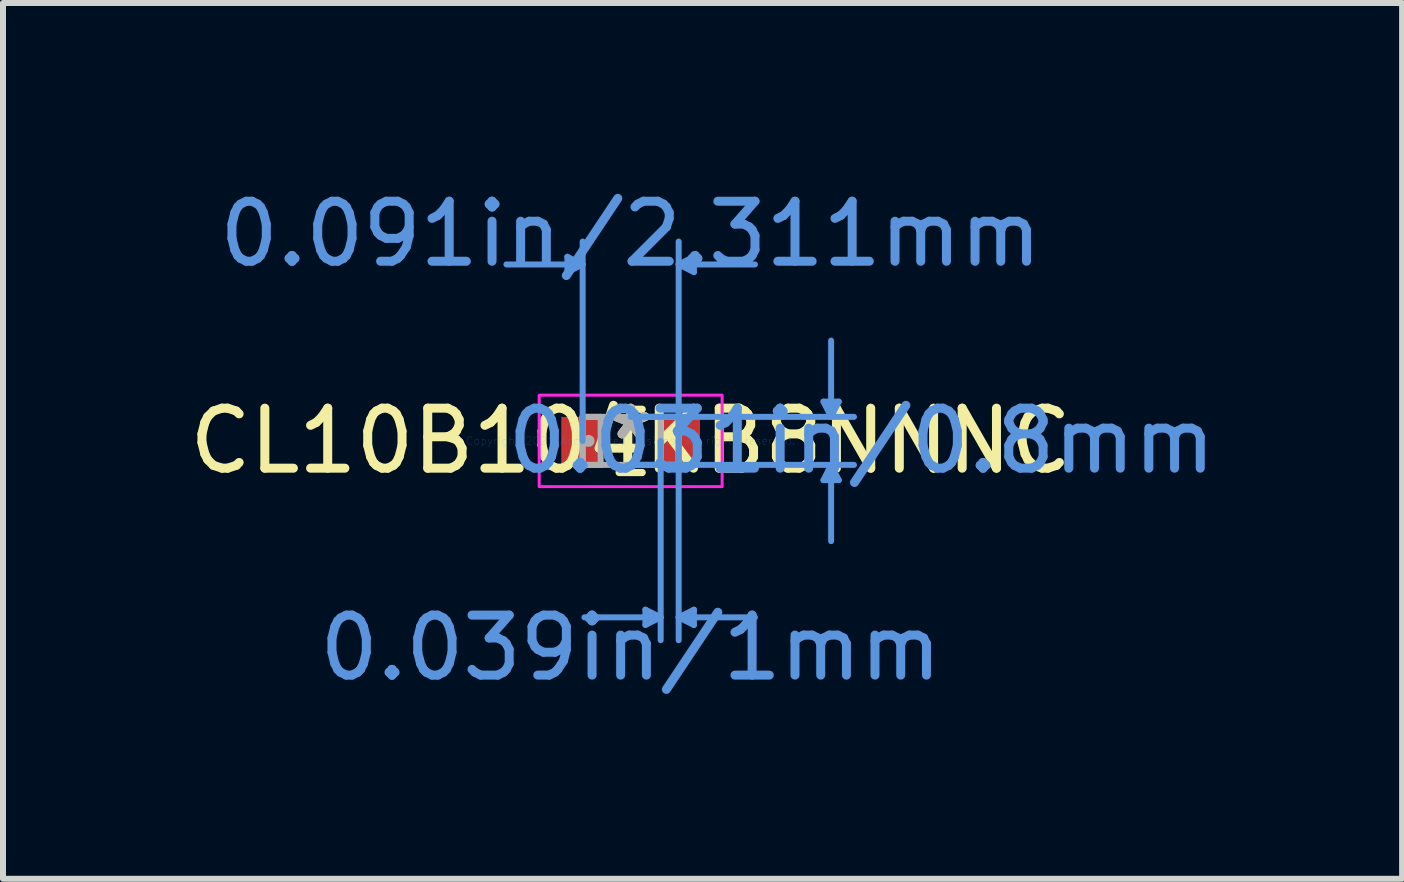
<source format=kicad_pcb>
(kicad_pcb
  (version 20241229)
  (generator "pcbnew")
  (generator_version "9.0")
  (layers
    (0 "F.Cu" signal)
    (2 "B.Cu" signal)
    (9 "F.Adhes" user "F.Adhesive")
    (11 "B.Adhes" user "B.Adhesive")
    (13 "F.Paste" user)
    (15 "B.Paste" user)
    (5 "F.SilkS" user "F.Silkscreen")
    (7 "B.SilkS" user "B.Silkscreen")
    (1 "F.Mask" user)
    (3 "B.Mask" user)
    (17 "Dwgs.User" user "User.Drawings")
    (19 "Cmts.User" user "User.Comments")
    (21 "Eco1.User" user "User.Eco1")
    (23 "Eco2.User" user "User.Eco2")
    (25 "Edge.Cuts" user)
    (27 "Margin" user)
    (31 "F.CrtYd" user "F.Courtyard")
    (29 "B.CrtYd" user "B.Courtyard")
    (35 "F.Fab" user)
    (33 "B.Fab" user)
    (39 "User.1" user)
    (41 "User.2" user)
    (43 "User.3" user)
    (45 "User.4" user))
  (footprint "CL10B104KB8NNNC"
    (layer "F.Cu")
    (at 7.458 4.296)
    (property "Reference" "CL10B104KB8NNNC" (at 0 0 0) (layer "F.SilkS") (effects (font (size 1 1) (thickness 0.15))))
    (attr through_hole)
    (fp_line (start -0.192 0.527) (end 0.192 0.527) (stroke (width 0.12) (type solid)) (layer "F.SilkS"))
    (fp_line (start 0.192 -0.527) (end -0.192 -0.527) (stroke (width 0.12) (type solid)) (layer "F.SilkS"))
    (fp_line (start -1.054 -3.067) (end -1.054 -2.813) (stroke (width 0.1) (type solid)) (layer "Cmts.User"))
    (fp_line (start -0.8 -2.94) (end -2.07 -2.94) (stroke (width 0.1) (type solid)) (layer "Cmts.User"))
    (fp_line (start -0.8 -2.94) (end -1.054 -3.067) (stroke (width 0.1) (type solid)) (layer "Cmts.User"))
    (fp_line (start -0.8 -2.94) (end -1.054 -2.813) (stroke (width 0.1) (type solid)) (layer "Cmts.User"))
    (fp_line (start -0.8 0) (end -0.8 -3.321) (stroke (width 0.1) (type solid)) (layer "Cmts.User"))
    (fp_line (start 0 -0.4) (end 3.721 -0.4) (stroke (width 0.1) (type solid)) (layer "Cmts.User"))
    (fp_line (start 0 0.4) (end 3.721 0.4) (stroke (width 0.1) (type solid)) (layer "Cmts.User"))
    (fp_line (start 0.246 2.813) (end 0.246 3.067) (stroke (width 0.1) (type solid)) (layer "Cmts.User"))
    (fp_line (start 0.5 0) (end 0.5 3.321) (stroke (width 0.1) (type solid)) (layer "Cmts.User"))
    (fp_line (start 0.5 2.94) (end -0.77 2.94) (stroke (width 0.1) (type solid)) (layer "Cmts.User"))
    (fp_line (start 0.5 2.94) (end 0.246 2.813) (stroke (width 0.1) (type solid)) (layer "Cmts.User"))
    (fp_line (start 0.5 2.94) (end 0.246 3.067) (stroke (width 0.1) (type solid)) (layer "Cmts.User"))
    (fp_line (start 0.8 -2.94) (end 1.054 -3.067) (stroke (width 0.1) (type solid)) (layer "Cmts.User"))
    (fp_line (start 0.8 -2.94) (end 1.054 -2.813) (stroke (width 0.1) (type solid)) (layer "Cmts.User"))
    (fp_line (start 0.8 -2.94) (end 2.07 -2.94) (stroke (width 0.1) (type solid)) (layer "Cmts.User"))
    (fp_line (start 0.8 0) (end 0.8 -3.321) (stroke (width 0.1) (type solid)) (layer "Cmts.User"))
    (fp_line (start 0.8 0) (end 0.8 3.321) (stroke (width 0.1) (type solid)) (layer "Cmts.User"))
    (fp_line (start 0.8 2.94) (end 1.054 2.813) (stroke (width 0.1) (type solid)) (layer "Cmts.User"))
    (fp_line (start 0.8 2.94) (end 1.054 3.067) (stroke (width 0.1) (type solid)) (layer "Cmts.User"))
    (fp_line (start 0.8 2.94) (end 2.07 2.94) (stroke (width 0.1) (type solid)) (layer "Cmts.User"))
    (fp_line (start 1.054 -3.067) (end 1.054 -2.813) (stroke (width 0.1) (type solid)) (layer "Cmts.User"))
    (fp_line (start 1.054 2.813) (end 1.054 3.067) (stroke (width 0.1) (type solid)) (layer "Cmts.User"))
    (fp_line (start 3.213 -0.654) (end 3.467 -0.654) (stroke (width 0.1) (type solid)) (layer "Cmts.User"))
    (fp_line (start 3.213 0.654) (end 3.467 0.654) (stroke (width 0.1) (type solid)) (layer "Cmts.User"))
    (fp_line (start 3.34 -0.4) (end 3.213 -0.654) (stroke (width 0.1) (type solid)) (layer "Cmts.User"))
    (fp_line (start 3.34 -0.4) (end 3.34 -1.67) (stroke (width 0.1) (type solid)) (layer "Cmts.User"))
    (fp_line (start 3.34 -0.4) (end 3.467 -0.654) (stroke (width 0.1) (type solid)) (layer "Cmts.User"))
    (fp_line (start 3.34 0.4) (end 3.213 0.654) (stroke (width 0.1) (type solid)) (layer "Cmts.User"))
    (fp_line (start 3.34 0.4) (end 3.34 1.67) (stroke (width 0.1) (type solid)) (layer "Cmts.User"))
    (fp_line (start 3.34 0.4) (end 3.467 0.654) (stroke (width 0.1) (type solid)) (layer "Cmts.User"))
    (fp_rect (start -1.524 -0.762) (end 1.524 0.762) (stroke (width 0.05) (type solid)) (fill no) (layer "F.CrtYd"))
    (fp_line (start -0.8 -0.4) (end -0.8 0.4) (stroke (width 0.1) (type solid)) (layer "F.Fab"))
    (fp_line (start -0.8 -0.4) (end -0.8 0.4) (stroke (width 0.1) (type solid)) (layer "F.Fab"))
    (fp_line (start -0.8 0.4) (end -0.5 0.4) (stroke (width 0.1) (type solid)) (layer "F.Fab"))
    (fp_line (start -0.8 0.4) (end 0.8 0.4) (stroke (width 0.1) (type solid)) (layer "F.Fab"))
    (fp_line (start -0.5 -0.4) (end -0.8 -0.4) (stroke (width 0.1) (type solid)) (layer "F.Fab"))
    (fp_line (start -0.5 0.4) (end -0.5 -0.4) (stroke (width 0.1) (type solid)) (layer "F.Fab"))
    (fp_line (start 0.5 -0.4) (end 0.5 0.4) (stroke (width 0.1) (type solid)) (layer "F.Fab"))
    (fp_line (start 0.5 0.4) (end 0.8 0.4) (stroke (width 0.1) (type solid)) (layer "F.Fab"))
    (fp_line (start 0.8 -0.4) (end -0.8 -0.4) (stroke (width 0.1) (type solid)) (layer "F.Fab"))
    (fp_line (start 0.8 -0.4) (end 0.5 -0.4) (stroke (width 0.1) (type solid)) (layer "F.Fab"))
    (fp_line (start 0.8 0.4) (end 0.8 -0.4) (stroke (width 0.1) (type solid)) (layer "F.Fab"))
    (fp_line (start 0.8 0.4) (end 0.8 -0.4) (stroke (width 0.1) (type solid)) (layer "F.Fab"))
    (fp_circle (center -0.701 0) (end -0.701 0) (stroke (width 0.1) (type solid)) (fill no) (layer "F.Fab"))
    (fp_text user "*" (at 0 0 0) (layer "F.SilkS") (effects (font (size 1 1) (thickness 0.15))))
    (fp_text user "Copyright 2021 Accelerated Designs. All rights reserved." (at 0 0 0) (layer "Cmts.User") (effects (font (size 0.127 0.127) (thickness 0.002))))
    (fp_text user "0.039in/1mm" (at 0 3.448 0) (layer "Cmts.User") (effects (font (size 1 1) (thickness 0.15))))
    (fp_text user "0.031in/0.8mm" (at 3.848 0 0) (layer "Cmts.User") (effects (font (size 1 1) (thickness 0.15))))
    (fp_text user "0.091in/2.311mm" (at 0 -3.448 0) (layer "Cmts.User") (effects (font (size 1 1) (thickness 0.15))))
    (fp_text user "*" (at 0 0 0) (layer "F.Fab") (effects (font (size 1 1) (thickness 0.15))))
    (pad "1" smd rect (at -0.828 0) (size 0.656 0.8) (layers "F.Cu" "F.Mask" "F.Paste"))
    (pad "2" smd rect (at 0.828 0) (size 0.656 0.8) (layers "F.Cu" "F.Mask" "F.Paste")))
  (gr_rect
    (start -3 -3)
    (end 20.312 11.592)
    (stroke (width 0.1) (type default))
    (fill no)
    (layer "Edge.Cuts")))
</source>
